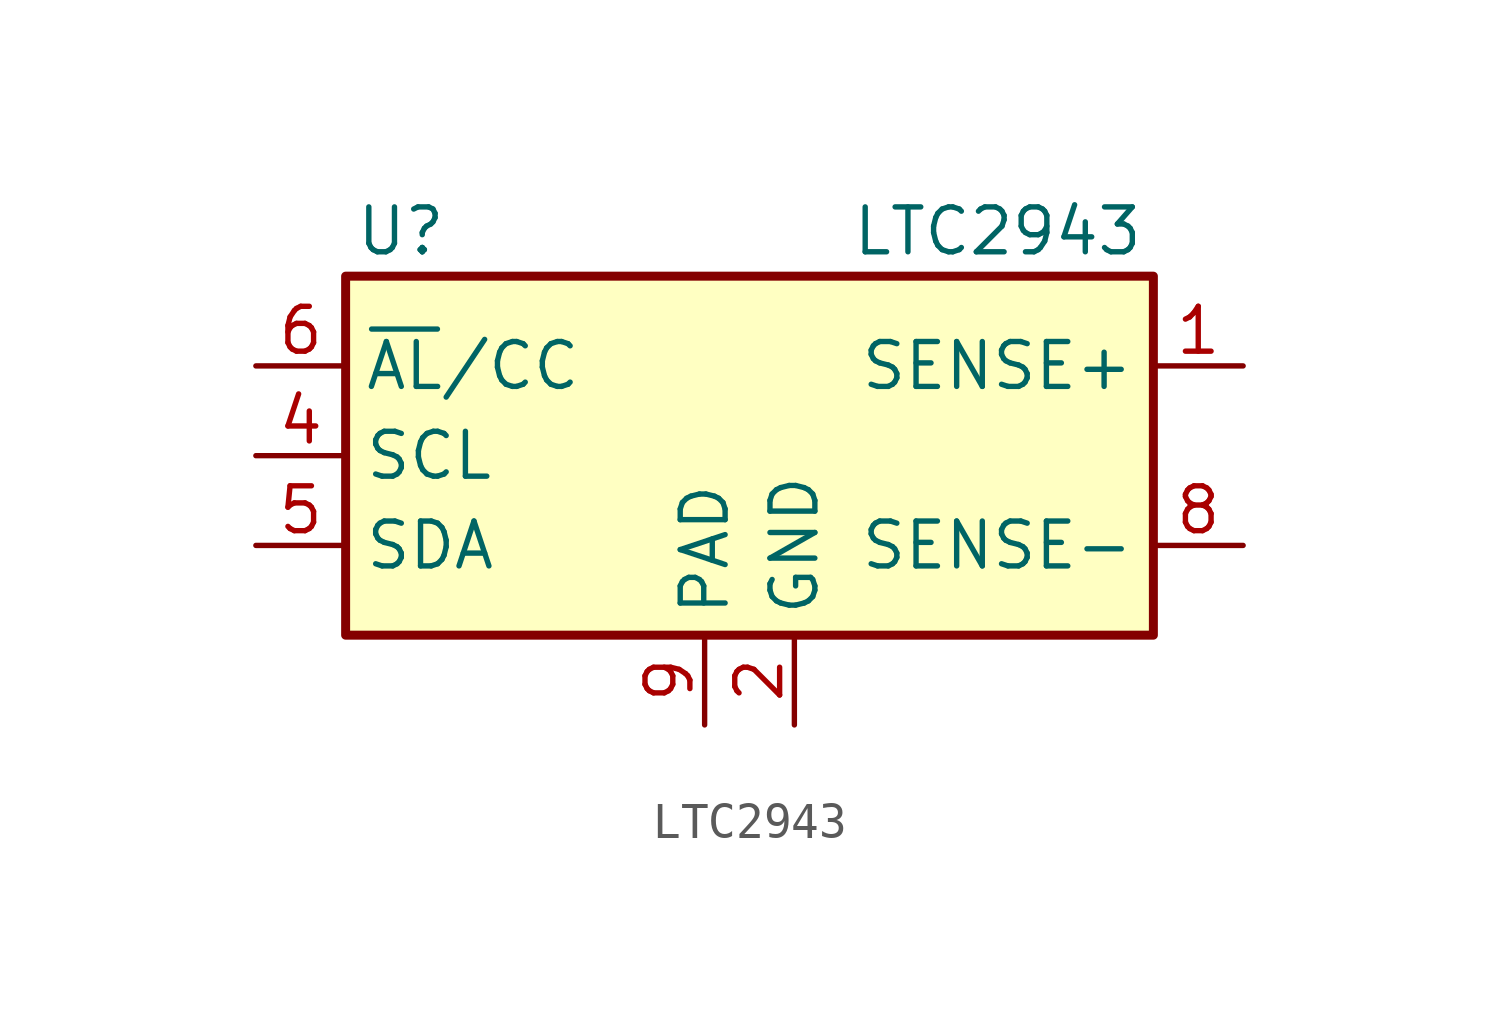
<source format=kicad_sym>
(kicad_symbol_lib
  (version 20241209)
  (generator "kicad_symbol_editor")
  (generator_version "9.0")
  (symbol "LTC2943"
    (property "Reference" "U"
      (at -11.176 6.35 0)
      (effects (font (size 1.27 1.27)) (justify left)))
    (property "Value" "LTC2943"
      (at 11.176 6.35 0)
      (effects (font (size 1.27 1.27)) (justify right)))
    (symbol "LTC2943_1_1"
      (rectangle (start -11.43 5.08) (end 11.43 -5.08) (stroke (width 0.254) (type solid)) (fill (type background)))
      (pin bidirectional line (at -13.97 2.54 0) (length 2.54) (name "~{AL}/CC" (effects (font (size 1.27 1.27)))) (number "6" (effects (font (size 1.27 1.27)))))
      (pin input line (at -13.97 0 0) (length 2.54) (name "SCL" (effects (font (size 1.27 1.27)))) (number "4" (effects (font (size 1.27 1.27)))))
      (pin bidirectional line (at -13.97 -2.54 0) (length 2.54) (name "SDA" (effects (font (size 1.27 1.27)))) (number "5" (effects (font (size 1.27 1.27)))))
      (pin power_in line (at -1.27 -7.62 90) (length 2.54) (name "PAD" (effects (font (size 1.27 1.27)))) (number "9" (effects (font (size 1.27 1.27)))))
      (pin power_in line (at 1.27 -7.62 90) (length 2.54) (name "GND" (effects (font (size 1.27 1.27)))) (number "2" (effects (font (size 1.27 1.27)))))
      (pin passive line (at 1.27 -7.62 90) (length 2.54) (hide yes) (name "GND" (effects (font (size 1.27 1.27)))) (number "3" (effects (font (size 1.27 1.27)))))
      (pin passive line (at 1.27 -7.62 90) (length 2.54) (hide yes) (name "GND" (effects (font (size 1.27 1.27)))) (number "7" (effects (font (size 1.27 1.27)))))
      (pin passive line (at 13.97 2.54 180) (length 2.54) (name "SENSE+" (effects (font (size 1.27 1.27)))) (number "1" (effects (font (size 1.27 1.27)))))
      (pin passive line (at 13.97 -2.54 180) (length 2.54) (name "SENSE-" (effects (font (size 1.27 1.27)))) (number "8" (effects (font (size 1.27 1.27))))))))
</source>
